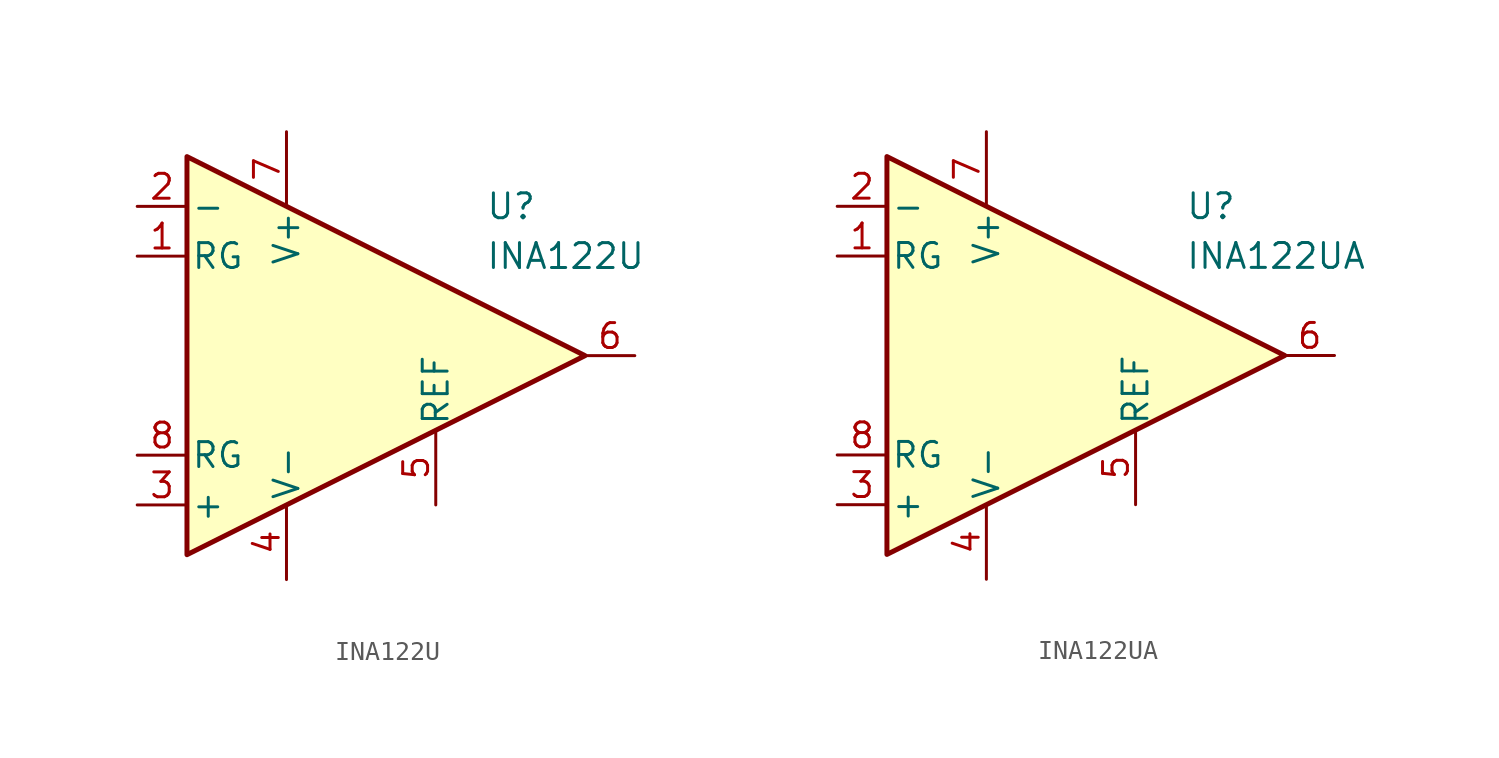
<source format=kicad_sym>
(kicad_symbol_lib
  (version 20231120)
  (generator "kicad_symbol_editor")
  (generator_version "8.0")
  (symbol "INA122U"
    (pin_names
      (offset 0.2))
    (property "Reference" "U"
      (at 6.35 7.62 0)
      (effects (font (size 1.27 1.27)) (justify left)))
    (property "Value" "INA122U"
      (at 6.35 5.08 0)
      (effects (font (size 1.27 1.27)) (justify left)))
    (symbol "INA122U_0_1"
      (polyline (pts (xy -8.89 10.16) (xy -8.89 -10.16) (xy 11.43 0) (xy -8.89 10.16)) (stroke (width 0.254) (type default)) (fill (type background))))
    (symbol "INA122U_1_1"
      (pin passive line (at -11.43 5.08 0) (length 2.54) (name "RG" (effects (font (size 1.27 1.27)))) (number "1" (effects (font (size 1.27 1.27)))))
      (pin input line (at -11.43 7.62 0) (length 2.54) (name "-" (effects (font (size 1.27 1.27)))) (number "2" (effects (font (size 1.27 1.27)))))
      (pin input line (at -11.43 -7.62 0) (length 2.54) (name "+" (effects (font (size 1.27 1.27)))) (number "3" (effects (font (size 1.27 1.27)))))
      (pin power_in line (at -3.81 -11.43 90) (length 3.81) (name "V-" (effects (font (size 1.27 1.27)))) (number "4" (effects (font (size 1.27 1.27)))))
      (pin input line (at 3.81 -7.62 90) (length 3.81) (name "REF" (effects (font (size 1.27 1.27)))) (number "5" (effects (font (size 1.27 1.27)))))
      (pin output line (at 13.97 0 180) (length 2.54) (name "~" (effects (font (size 1.27 1.27)))) (number "6" (effects (font (size 1.27 1.27)))))
      (pin power_in line (at -3.81 11.43 270) (length 3.81) (name "V+" (effects (font (size 1.27 1.27)))) (number "7" (effects (font (size 1.27 1.27)))))
      (pin passive line (at -11.43 -5.08 0) (length 2.54) (name "RG" (effects (font (size 1.27 1.27)))) (number "8" (effects (font (size 1.27 1.27)))))))
  (symbol "INA122UA"
    (pin_names
      (offset 0.2))
    (property "Reference" "U"
      (at 6.35 7.62 0)
      (effects (font (size 1.27 1.27)) (justify left)))
    (property "Value" "INA122UA"
      (at 6.35 5.08 0)
      (effects (font (size 1.27 1.27)) (justify left)))
    (symbol "INA122UA_0_1"
      (polyline (pts (xy -8.89 10.16) (xy -8.89 -10.16) (xy 11.43 0) (xy -8.89 10.16)) (stroke (width 0.254) (type default)) (fill (type background))))
    (symbol "INA122UA_1_1"
      (pin passive line (at -11.43 5.08 0) (length 2.54) (name "RG" (effects (font (size 1.27 1.27)))) (number "1" (effects (font (size 1.27 1.27)))))
      (pin input line (at -11.43 7.62 0) (length 2.54) (name "-" (effects (font (size 1.27 1.27)))) (number "2" (effects (font (size 1.27 1.27)))))
      (pin input line (at -11.43 -7.62 0) (length 2.54) (name "+" (effects (font (size 1.27 1.27)))) (number "3" (effects (font (size 1.27 1.27)))))
      (pin power_in line (at -3.81 -11.43 90) (length 3.81) (name "V-" (effects (font (size 1.27 1.27)))) (number "4" (effects (font (size 1.27 1.27)))))
      (pin input line (at 3.81 -7.62 90) (length 3.81) (name "REF" (effects (font (size 1.27 1.27)))) (number "5" (effects (font (size 1.27 1.27)))))
      (pin output line (at 13.97 0 180) (length 2.54) (name "~" (effects (font (size 1.27 1.27)))) (number "6" (effects (font (size 1.27 1.27)))))
      (pin power_in line (at -3.81 11.43 270) (length 3.81) (name "V+" (effects (font (size 1.27 1.27)))) (number "7" (effects (font (size 1.27 1.27)))))
      (pin passive line (at -11.43 -5.08 0) (length 2.54) (name "RG" (effects (font (size 1.27 1.27)))) (number "8" (effects (font (size 1.27 1.27))))))))
</source>
